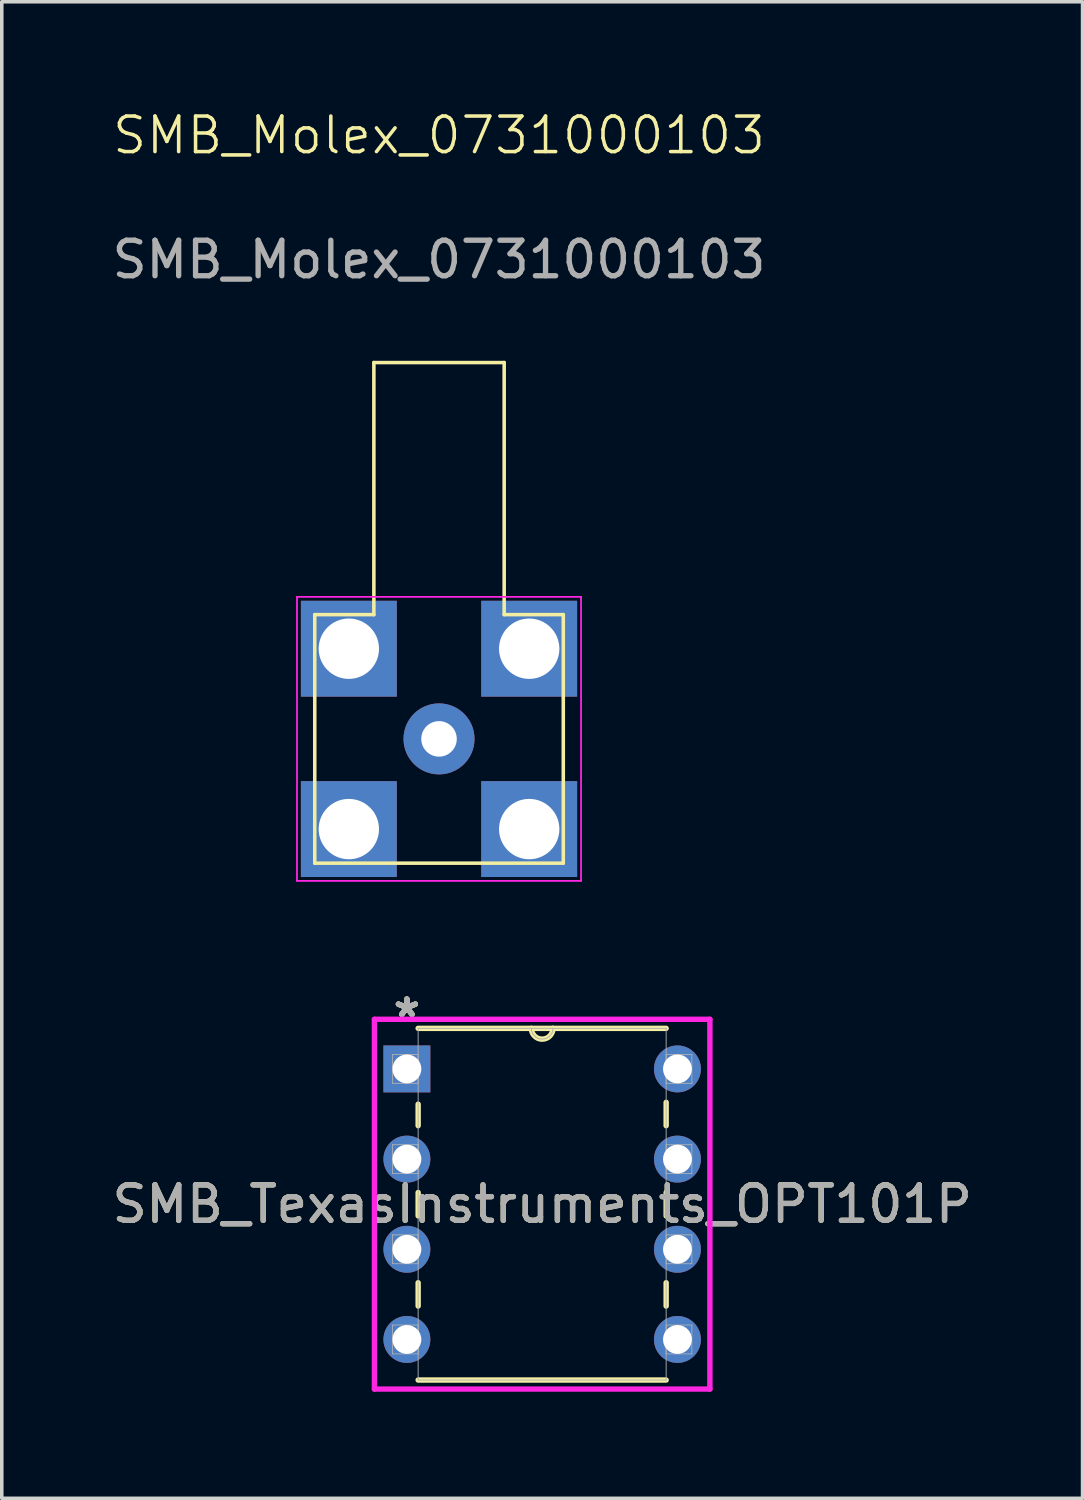
<source format=kicad_pcb>
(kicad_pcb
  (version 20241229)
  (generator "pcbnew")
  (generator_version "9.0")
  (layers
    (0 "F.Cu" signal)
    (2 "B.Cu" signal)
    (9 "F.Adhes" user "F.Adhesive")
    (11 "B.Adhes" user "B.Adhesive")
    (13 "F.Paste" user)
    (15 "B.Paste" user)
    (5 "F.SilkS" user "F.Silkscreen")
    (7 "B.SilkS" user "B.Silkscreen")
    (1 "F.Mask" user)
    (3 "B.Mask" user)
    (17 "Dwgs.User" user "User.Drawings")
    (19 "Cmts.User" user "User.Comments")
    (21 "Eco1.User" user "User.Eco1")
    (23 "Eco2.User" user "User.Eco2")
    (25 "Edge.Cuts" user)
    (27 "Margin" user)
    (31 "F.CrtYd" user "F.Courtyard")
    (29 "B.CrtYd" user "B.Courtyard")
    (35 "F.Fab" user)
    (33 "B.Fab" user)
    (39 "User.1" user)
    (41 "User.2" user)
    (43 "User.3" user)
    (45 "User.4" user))
  (footprint "SMB_TexasInstruments_OPT101P"
    (layer "F.Cu")
    (at 16.03 34.676)
    (property "Reference" "SMB_TexasInstruments_OPT101P" (at -3.81 -3.81 0) (unlocked yes) (layer "F.SilkS") (effects (font (size 1 1) (thickness 0.15))))
    (attr through_hole)
    (fp_line (start -7.303 -6.627) (end -7.303 -6.021) (stroke (width 0.152) (type solid)) (layer "F.SilkS"))
    (fp_line (start -7.303 -4.139) (end -7.303 -3.481) (stroke (width 0.152) (type solid)) (layer "F.SilkS"))
    (fp_line (start -7.303 -1.599) (end -7.303 -0.941) (stroke (width 0.152) (type solid)) (layer "F.SilkS"))
    (fp_line (start -7.303 1.143) (end -0.318 1.143) (stroke (width 0.152) (type solid)) (layer "F.SilkS"))
    (fp_line (start -0.318 -8.763) (end -7.303 -8.763) (stroke (width 0.152) (type solid)) (layer "F.SilkS"))
    (fp_line (start -0.318 -6.021) (end -0.318 -6.679) (stroke (width 0.152) (type solid)) (layer "F.SilkS"))
    (fp_line (start -0.318 -3.481) (end -0.318 -4.139) (stroke (width 0.152) (type solid)) (layer "F.SilkS"))
    (fp_line (start -0.318 -0.941) (end -0.318 -1.599) (stroke (width 0.152) (type solid)) (layer "F.SilkS"))
    (fp_arc (start -3.5052 -8.763) (mid -3.81 -8.4582) (end -4.1148 -8.763) (stroke (width 0.1524) (type solid)) (layer "F.SilkS"))
    (fp_line (start -8.534 -9.017) (end -8.534 1.397) (stroke (width 0.152) (type solid)) (layer "F.CrtYd"))
    (fp_line (start -8.534 1.397) (end 0.914 1.397) (stroke (width 0.152) (type solid)) (layer "F.CrtYd"))
    (fp_line (start 0.914 -9.017) (end -8.534 -9.017) (stroke (width 0.152) (type solid)) (layer "F.CrtYd"))
    (fp_line (start 0.914 1.397) (end 0.914 -9.017) (stroke (width 0.152) (type solid)) (layer "F.CrtYd"))
    (fp_line (start -8.026 -8.026) (end -8.026 -7.214) (stroke (width 0.025) (type solid)) (layer "F.Fab"))
    (fp_line (start -8.026 -7.214) (end -7.303 -7.214) (stroke (width 0.025) (type solid)) (layer "F.Fab"))
    (fp_line (start -8.026 -5.486) (end -8.026 -4.674) (stroke (width 0.025) (type solid)) (layer "F.Fab"))
    (fp_line (start -8.026 -4.674) (end -7.303 -4.674) (stroke (width 0.025) (type solid)) (layer "F.Fab"))
    (fp_line (start -8.026 -2.946) (end -8.026 -2.134) (stroke (width 0.025) (type solid)) (layer "F.Fab"))
    (fp_line (start -8.026 -2.134) (end -7.303 -2.134) (stroke (width 0.025) (type solid)) (layer "F.Fab"))
    (fp_line (start -8.026 -0.406) (end -8.026 0.406) (stroke (width 0.025) (type solid)) (layer "F.Fab"))
    (fp_line (start -8.026 0.406) (end -7.303 0.406) (stroke (width 0.025) (type solid)) (layer "F.Fab"))
    (fp_line (start -7.303 -8.763) (end -7.303 1.143) (stroke (width 0.025) (type solid)) (layer "F.Fab"))
    (fp_line (start -7.303 -8.026) (end -8.026 -8.026) (stroke (width 0.025) (type solid)) (layer "F.Fab"))
    (fp_line (start -7.303 -7.214) (end -7.303 -8.026) (stroke (width 0.025) (type solid)) (layer "F.Fab"))
    (fp_line (start -7.303 -5.486) (end -8.026 -5.486) (stroke (width 0.025) (type solid)) (layer "F.Fab"))
    (fp_line (start -7.303 -4.674) (end -7.303 -5.486) (stroke (width 0.025) (type solid)) (layer "F.Fab"))
    (fp_line (start -7.303 -2.946) (end -8.026 -2.946) (stroke (width 0.025) (type solid)) (layer "F.Fab"))
    (fp_line (start -7.303 -2.134) (end -7.303 -2.946) (stroke (width 0.025) (type solid)) (layer "F.Fab"))
    (fp_line (start -7.303 -0.406) (end -8.026 -0.406) (stroke (width 0.025) (type solid)) (layer "F.Fab"))
    (fp_line (start -7.303 0.406) (end -7.303 -0.406) (stroke (width 0.025) (type solid)) (layer "F.Fab"))
    (fp_line (start -7.303 1.143) (end -0.318 1.143) (stroke (width 0.025) (type solid)) (layer "F.Fab"))
    (fp_line (start -0.318 -8.763) (end -7.303 -8.763) (stroke (width 0.025) (type solid)) (layer "F.Fab"))
    (fp_line (start -0.318 -8.026) (end -0.318 -7.214) (stroke (width 0.025) (type solid)) (layer "F.Fab"))
    (fp_line (start -0.318 -7.214) (end 0.406 -7.214) (stroke (width 0.025) (type solid)) (layer "F.Fab"))
    (fp_line (start -0.318 -5.486) (end -0.318 -4.674) (stroke (width 0.025) (type solid)) (layer "F.Fab"))
    (fp_line (start -0.318 -4.674) (end 0.406 -4.674) (stroke (width 0.025) (type solid)) (layer "F.Fab"))
    (fp_line (start -0.318 -2.946) (end -0.318 -2.134) (stroke (width 0.025) (type solid)) (layer "F.Fab"))
    (fp_line (start -0.318 -2.134) (end 0.406 -2.134) (stroke (width 0.025) (type solid)) (layer "F.Fab"))
    (fp_line (start -0.318 -0.406) (end -0.318 0.406) (stroke (width 0.025) (type solid)) (layer "F.Fab"))
    (fp_line (start -0.318 0.406) (end 0.406 0.406) (stroke (width 0.025) (type solid)) (layer "F.Fab"))
    (fp_line (start -0.318 1.143) (end -0.318 -8.763) (stroke (width 0.025) (type solid)) (layer "F.Fab"))
    (fp_line (start 0.406 -8.026) (end -0.318 -8.026) (stroke (width 0.025) (type solid)) (layer "F.Fab"))
    (fp_line (start 0.406 -7.214) (end 0.406 -8.026) (stroke (width 0.025) (type solid)) (layer "F.Fab"))
    (fp_line (start 0.406 -5.486) (end -0.318 -5.486) (stroke (width 0.025) (type solid)) (layer "F.Fab"))
    (fp_line (start 0.406 -4.674) (end 0.406 -5.486) (stroke (width 0.025) (type solid)) (layer "F.Fab"))
    (fp_line (start 0.406 -2.946) (end -0.318 -2.946) (stroke (width 0.025) (type solid)) (layer "F.Fab"))
    (fp_line (start 0.406 -2.134) (end 0.406 -2.946) (stroke (width 0.025) (type solid)) (layer "F.Fab"))
    (fp_line (start 0.406 -0.406) (end -0.318 -0.406) (stroke (width 0.025) (type solid)) (layer "F.Fab"))
    (fp_line (start 0.406 0.406) (end 0.406 -0.406) (stroke (width 0.025) (type solid)) (layer "F.Fab"))
    (fp_arc (start -3.5052 -8.763) (mid -3.81 -8.4582) (end -4.1148 -8.763) (stroke (width 0.0254) (type solid)) (layer "F.Fab"))
    (fp_text user "*" (at -7.62 -9.042 0) (unlocked yes) (layer "F.SilkS") (effects (font (size 1 1) (thickness 0.15))))
    (fp_text user "*" (at -7.62 -9.042 0) (layer "F.SilkS") (effects (font (size 1 1) (thickness 0.15))))
    (fp_text user "*" (at -7.62 -9.042 0) (layer "F.Fab") (effects (font (size 1 1) (thickness 0.15))))
    (fp_text user "*" (at -7.62 -9.042 0) (unlocked yes) (layer "F.Fab") (effects (font (size 1 1) (thickness 0.15))))
    (fp_text user "${REFERENCE}" (at -3.81 -3.81 0) (unlocked yes) (layer "F.Fab") (effects (font (size 1 1) (thickness 0.15))))
    (pad "1" thru_hole rect (at -7.62 -7.62) (size 1.321 1.321) (drill 0.813) (layers "*.Cu" "*.Mask"))
    (pad "2" thru_hole circle (at -7.62 -5.08) (size 1.321 1.321) (drill 0.813) (layers "*.Cu" "*.Mask"))
    (pad "3" thru_hole circle (at -7.62 -2.54) (size 1.321 1.321) (drill 0.813) (layers "*.Cu" "*.Mask"))
    (pad "4" thru_hole circle (at -7.62 0) (size 1.321 1.321) (drill 0.813) (layers "*.Cu" "*.Mask"))
    (pad "5" thru_hole circle (at 0 0) (size 1.321 1.321) (drill 0.813) (layers "*.Cu" "*.Mask"))
    (pad "6" thru_hole circle (at 0 -2.54) (size 1.321 1.321) (drill 0.813) (layers "*.Cu" "*.Mask"))
    (pad "7" thru_hole circle (at 0 -5.08) (size 1.321 1.321) (drill 0.813) (layers "*.Cu" "*.Mask"))
    (pad "8" thru_hole circle (at 0 -7.62) (size 1.321 1.321) (drill 0.813) (layers "*.Cu" "*.Mask")))
  (footprint "SMB_Molex_0731000103"
    (layer "F.Cu")
    (at 9.315 17.761)
    (property "Reference" "SMB_Molex_0731000103" (at 0 -17 0) (unlocked yes) (layer "F.SilkS") (effects (font (size 1 1) (thickness 0.1))))
    (attr smd)
    (fp_line (start -3.5 -3.5) (end -3.5 3.5) (stroke (width 0.1) (type default)) (layer "F.SilkS"))
    (fp_line (start -3.5 -3.5) (end -1.835 -3.5) (stroke (width 0.1) (type default)) (layer "F.SilkS"))
    (fp_line (start -1.835 -10.6) (end -1.835 -3.5) (stroke (width 0.1) (type default)) (layer "F.SilkS"))
    (fp_line (start 1.835 -10.6) (end -1.835 -10.6) (stroke (width 0.1) (type default)) (layer "F.SilkS"))
    (fp_line (start 1.835 -3.5) (end 1.835 -10.6) (stroke (width 0.1) (type default)) (layer "F.SilkS"))
    (fp_line (start 1.835 -3.5) (end 3.5 -3.5) (stroke (width 0.1) (type default)) (layer "F.SilkS"))
    (fp_line (start 3.5 -3.5) (end 3.5 3.5) (stroke (width 0.1) (type default)) (layer "F.SilkS"))
    (fp_line (start 3.5 3.5) (end -3.5 3.5) (stroke (width 0.1) (type default)) (layer "F.SilkS"))
    (fp_line (start -4 -4) (end -4 4) (stroke (width 0.05) (type default)) (layer "F.CrtYd"))
    (fp_line (start -4 4) (end 4 4) (stroke (width 0.05) (type default)) (layer "F.CrtYd"))
    (fp_line (start 4 -4) (end -4 -4) (stroke (width 0.05) (type default)) (layer "F.CrtYd"))
    (fp_line (start 4 4) (end 4 -4) (stroke (width 0.05) (type default)) (layer "F.CrtYd"))
    (fp_text user "${REFERENCE}" (at 0 -13.5 0) (unlocked yes) (layer "F.Fab") (effects (font (size 1 1) (thickness 0.15))))
    (pad "1" thru_hole rect (at -2.54 -2.54 90) (size 2.7 2.7) (drill 1.7) (layers "*.Cu" "*.Mask"))
    (pad "1" thru_hole rect (at -2.54 2.54 90) (size 2.7 2.7) (drill 1.7) (layers "*.Cu" "*.Mask"))
    (pad "1" thru_hole rect (at 2.54 -2.54 90) (size 2.7 2.7) (drill 1.7) (layers "*.Cu" "*.Mask"))
    (pad "1" thru_hole rect (at 2.54 2.54 90) (size 2.7 2.7) (drill 1.7) (layers "*.Cu" "*.Mask"))
    (pad "2" thru_hole circle (at 0 0) (size 2 2) (drill 1) (layers "*.Cu" "*.Mask")))
  (gr_rect
    (start -3 -3)
    (end 27.44 39.149)
    (stroke (width 0.1) (type default))
    (fill no)
    (layer "Edge.Cuts")))
</source>
